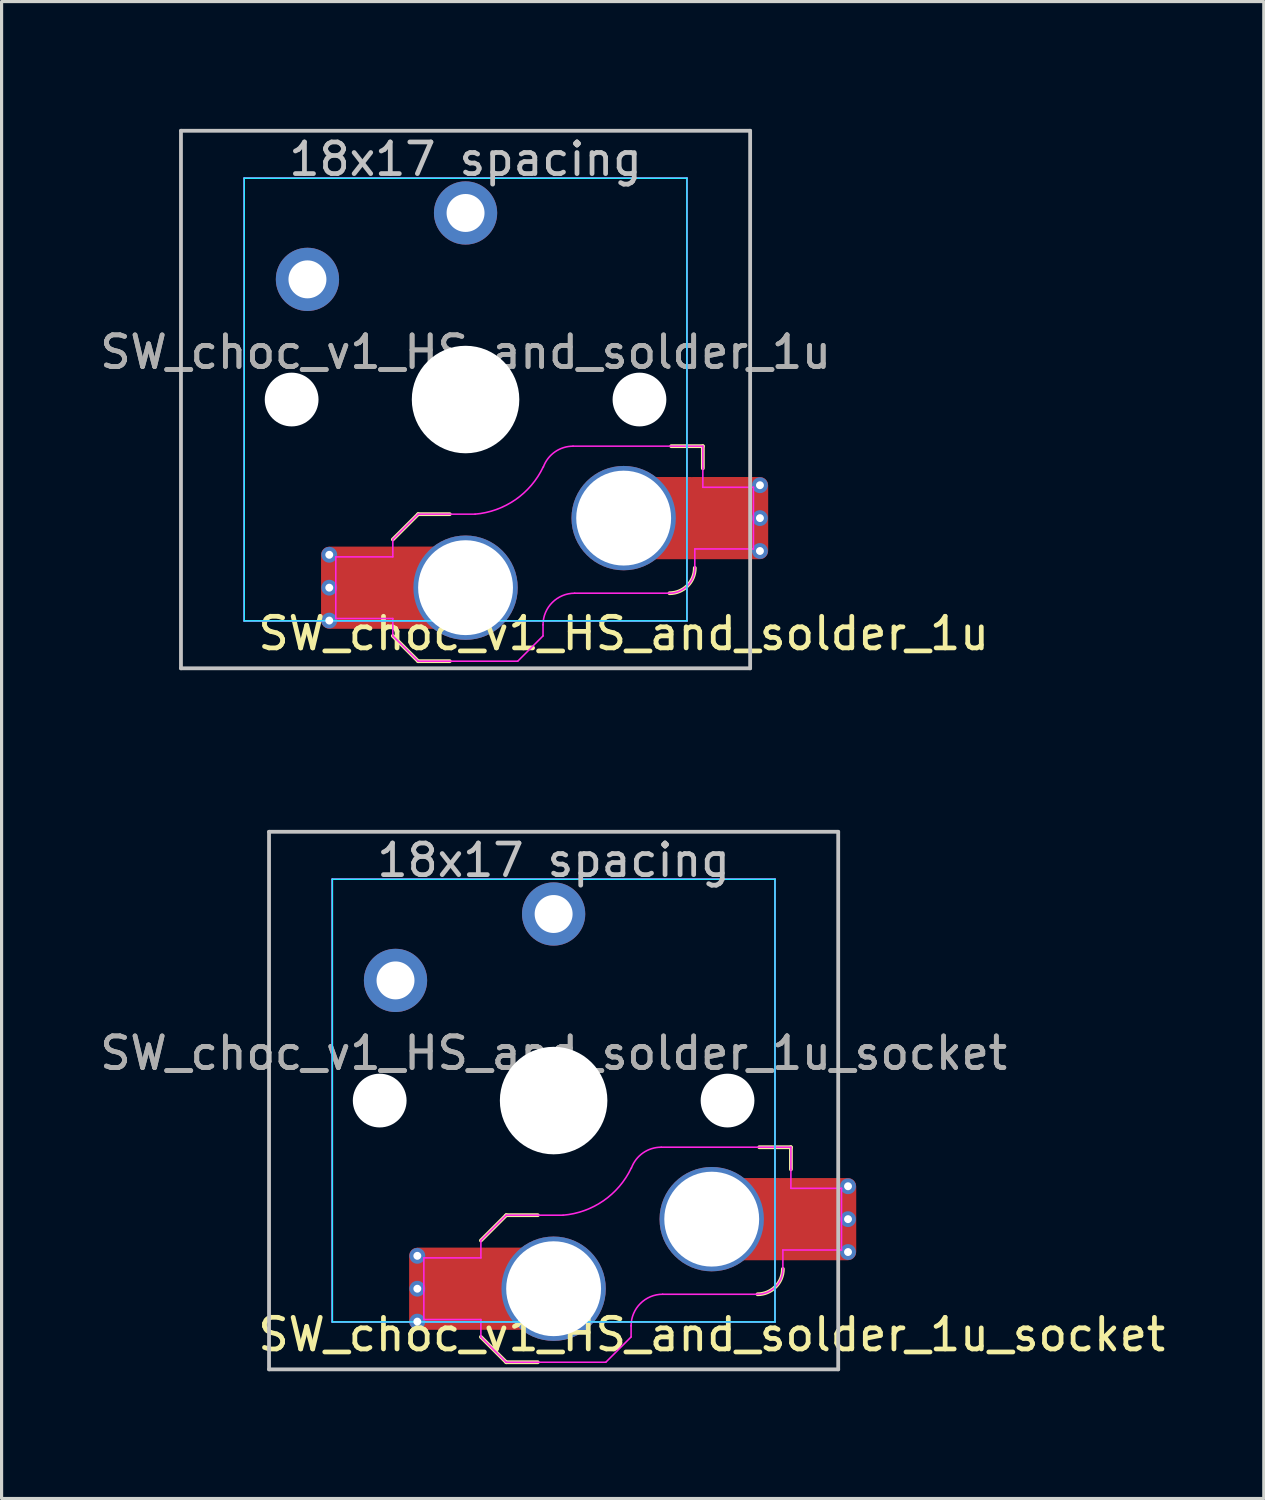
<source format=kicad_pcb>
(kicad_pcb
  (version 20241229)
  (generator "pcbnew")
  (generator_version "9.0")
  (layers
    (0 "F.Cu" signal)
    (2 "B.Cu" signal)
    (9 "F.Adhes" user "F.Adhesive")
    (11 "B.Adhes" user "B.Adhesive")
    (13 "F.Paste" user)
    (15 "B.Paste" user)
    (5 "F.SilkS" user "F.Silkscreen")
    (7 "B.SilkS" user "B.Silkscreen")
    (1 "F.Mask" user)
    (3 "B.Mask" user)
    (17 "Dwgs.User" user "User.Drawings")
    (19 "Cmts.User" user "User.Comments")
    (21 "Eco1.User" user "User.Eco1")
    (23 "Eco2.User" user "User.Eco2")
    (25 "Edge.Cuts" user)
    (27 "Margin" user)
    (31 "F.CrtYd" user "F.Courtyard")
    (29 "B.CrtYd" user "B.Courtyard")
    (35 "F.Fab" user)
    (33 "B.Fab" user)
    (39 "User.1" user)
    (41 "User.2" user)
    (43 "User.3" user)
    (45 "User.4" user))
  (footprint "SW_choc_v1_HS_and_solder_1u_socket"
    (layer "F.Cu")
    (at 14.458 31.755)
    (property "Reference" "SW_choc_v1_HS_and_solder_1u_socket" (at 5 7.4 180) (layer "F.SilkS") (effects (font (size 1 1) (thickness 0.15))))
    (attr smd)
    (fp_line (start -2.3 7.475) (end -1.5 8.275) (stroke (width 0.12) (type solid)) (layer "F.SilkS"))
    (fp_line (start -1.5 3.625) (end -2.3 4.425) (stroke (width 0.12) (type solid)) (layer "F.SilkS"))
    (fp_line (start -1.5 3.625) (end -0.5 3.625) (stroke (width 0.12) (type solid)) (layer "F.SilkS"))
    (fp_line (start -1.5 8.275) (end -0.5 8.275) (stroke (width 0.12) (type solid)) (layer "F.SilkS"))
    (fp_line (start 7.504 1.475) (end 6.504 1.475) (stroke (width 0.12) (type solid)) (layer "F.SilkS"))
    (fp_line (start 7.504 1.475) (end 7.504 2.175) (stroke (width 0.12) (type solid)) (layer "F.SilkS"))
    (fp_arc (start 7.25 5.325) (mid 7.015685 5.890685) (end 6.45 6.125) (stroke (width 0.12) (type solid)) (layer "F.SilkS"))
    (fp_line (start -9 -8.5) (end 9 -8.5) (stroke (width 0.12) (type solid)) (layer "Dwgs.User"))
    (fp_line (start -9 8.5) (end -9 -8.5) (stroke (width 0.12) (type solid)) (layer "Dwgs.User"))
    (fp_line (start 9 -8.5) (end 9 8.5) (stroke (width 0.12) (type solid)) (layer "Dwgs.User"))
    (fp_line (start 9 8.5) (end -9 8.5) (stroke (width 0.12) (type solid)) (layer "Dwgs.User"))
    (fp_line (start -9.525 -9.525) (end -9.525 9.525) (stroke (width 0.12) (type solid)) (layer "Eco1.User"))
    (fp_line (start -9.525 9.525) (end 9.525 9.525) (stroke (width 0.12) (type solid)) (layer "Eco1.User"))
    (fp_line (start 9.525 -9.525) (end -9.525 -9.525) (stroke (width 0.12) (type solid)) (layer "Eco1.User"))
    (fp_line (start 9.525 9.525) (end 9.525 -9.525) (stroke (width 0.12) (type solid)) (layer "Eco1.User"))
    (fp_line (start -6.95 -6.45) (end -6.95 6.45) (stroke (width 0.05) (type solid)) (layer "Eco2.User"))
    (fp_line (start -6.95 6.45) (end -6.95 -6.45) (stroke (width 0.05) (type solid)) (layer "Eco2.User"))
    (fp_line (start -6.95 6.45) (end -6.95 -6.45) (stroke (width 0.05) (type solid)) (layer "Eco2.User"))
    (fp_line (start -6.45 -6.95) (end 6.45 -6.95) (stroke (width 0.05) (type solid)) (layer "Eco2.User"))
    (fp_line (start -6.45 -6.95) (end 6.45 -6.95) (stroke (width 0.05) (type solid)) (layer "Eco2.User"))
    (fp_line (start -6.45 6.95) (end 6.45 6.95) (stroke (width 0.05) (type solid)) (layer "Eco2.User"))
    (fp_line (start 6.45 -6.95) (end -6.45 -6.95) (stroke (width 0.05) (type solid)) (layer "Eco2.User"))
    (fp_line (start 6.45 6.95) (end -6.45 6.95) (stroke (width 0.05) (type solid)) (layer "Eco2.User"))
    (fp_line (start 6.45 6.95) (end -6.45 6.95) (stroke (width 0.05) (type solid)) (layer "Eco2.User"))
    (fp_line (start 6.95 -6.45) (end 6.95 6.45) (stroke (width 0.05) (type solid)) (layer "Eco2.User"))
    (fp_line (start 6.95 -6.45) (end 6.95 6.45) (stroke (width 0.05) (type solid)) (layer "Eco2.User"))
    (fp_line (start 6.95 6.45) (end 6.95 -6.45) (stroke (width 0.05) (type solid)) (layer "Eco2.User"))
    (fp_arc (start -6.95 -6.45) (mid -6.803553 -6.803553) (end -6.45 -6.95) (stroke (width 0.05) (type solid)) (layer "Eco2.User"))
    (fp_arc (start -6.95 -6.45) (mid -6.803553 -6.803553) (end -6.45 -6.95) (stroke (width 0.05) (type solid)) (layer "Eco2.User"))
    (fp_arc (start -6.95 -6.45) (mid -6.803553 -6.803553) (end -6.45 -6.95) (stroke (width 0.05) (type solid)) (layer "Eco2.User"))
    (fp_arc (start -6.95 -6.45) (mid -6.803553 -6.803553) (end -6.45 -6.95) (stroke (width 0.05) (type solid)) (layer "Eco2.User"))
    (fp_arc (start -6.95 -6.45) (mid -6.803553 -6.803553) (end -6.45 -6.95) (stroke (width 0.05) (type solid)) (layer "Eco2.User"))
    (fp_arc (start -6.95 -6.45) (mid -6.803553 -6.803553) (end -6.45 -6.95) (stroke (width 0.05) (type solid)) (layer "Eco2.User"))
    (fp_arc (start -6.45 6.95) (mid -6.803553 6.803553) (end -6.95 6.45) (stroke (width 0.05) (type solid)) (layer "Eco2.User"))
    (fp_arc (start -6.45 6.95) (mid -6.803553 6.803553) (end -6.95 6.45) (stroke (width 0.05) (type solid)) (layer "Eco2.User"))
    (fp_arc (start -6.45 6.95) (mid -6.803553 6.803553) (end -6.95 6.45) (stroke (width 0.05) (type solid)) (layer "Eco2.User"))
    (fp_arc (start 6.45 -6.95) (mid 6.803553 -6.803553) (end 6.95 -6.45) (stroke (width 0.05) (type solid)) (layer "Eco2.User"))
    (fp_arc (start 6.95 6.45) (mid 6.803553 6.803553) (end 6.45 6.95) (stroke (width 0.05) (type solid)) (layer "Eco2.User"))
    (fp_arc (start 6.95 6.45) (mid 6.803553 6.803553) (end 6.45 6.95) (stroke (width 0.05) (type solid)) (layer "Eco2.User"))
    (fp_arc (start 6.95 6.45) (mid 6.803553 6.803553) (end 6.45 6.95) (stroke (width 0.05) (type solid)) (layer "Eco2.User"))
    (fp_line (start -7 -7) (end -7 7) (stroke (width 0.05) (type solid)) (layer "B.CrtYd"))
    (fp_line (start -7 7) (end 7 7) (stroke (width 0.05) (type solid)) (layer "B.CrtYd"))
    (fp_line (start 7 -7) (end -7 -7) (stroke (width 0.05) (type solid)) (layer "B.CrtYd"))
    (fp_line (start 7 7) (end 7 -7) (stroke (width 0.05) (type solid)) (layer "B.CrtYd"))
    (fp_line (start -7 -7) (end 7 -7) (stroke (width 0.05) (type solid)) (layer "F.CrtYd"))
    (fp_line (start -7 -7) (end 7 -7) (stroke (width 0.05) (type solid)) (layer "F.CrtYd"))
    (fp_line (start -7 7) (end -7 -7) (stroke (width 0.05) (type solid)) (layer "F.CrtYd"))
    (fp_line (start -7 7) (end -7 -7) (stroke (width 0.05) (type solid)) (layer "F.CrtYd"))
    (fp_line (start -4.104 4.975) (end -4.104 6.925) (stroke (width 0.05) (type solid)) (layer "F.CrtYd"))
    (fp_line (start -4.104 4.975) (end -2.3 4.975) (stroke (width 0.05) (type solid)) (layer "F.CrtYd"))
    (fp_line (start -4.104 6.925) (end -2.3 6.925) (stroke (width 0.05) (type solid)) (layer "F.CrtYd"))
    (fp_line (start -2.3 4.975) (end -2.3 4.425) (stroke (width 0.05) (type solid)) (layer "F.CrtYd"))
    (fp_line (start -2.3 7.475) (end -2.3 6.925) (stroke (width 0.05) (type solid)) (layer "F.CrtYd"))
    (fp_line (start -2.3 7.475) (end -1.5 8.275) (stroke (width 0.05) (type solid)) (layer "F.CrtYd"))
    (fp_line (start -1.5 3.625) (end -2.3 4.425) (stroke (width 0.05) (type solid)) (layer "F.CrtYd"))
    (fp_line (start -1.5 3.625) (end 0.3 3.625) (stroke (width 0.05) (type solid)) (layer "F.CrtYd"))
    (fp_line (start -1.5 8.275) (end 1.65 8.275) (stroke (width 0.05) (type solid)) (layer "F.CrtYd"))
    (fp_line (start 2.45 7.475) (end 1.65 8.275) (stroke (width 0.05) (type solid)) (layer "F.CrtYd"))
    (fp_line (start 2.45 7.475) (end 2.45 7.125) (stroke (width 0.05) (type solid)) (layer "F.CrtYd"))
    (fp_line (start 3.45 6.125) (end 6.45 6.125) (stroke (width 0.05) (type solid)) (layer "F.CrtYd"))
    (fp_line (start 7 -7) (end 7 7) (stroke (width 0.05) (type solid)) (layer "F.CrtYd"))
    (fp_line (start 7 -7) (end 7 7) (stroke (width 0.05) (type solid)) (layer "F.CrtYd"))
    (fp_line (start 7 7) (end -7 7) (stroke (width 0.05) (type solid)) (layer "F.CrtYd"))
    (fp_line (start 7 7) (end -7 7) (stroke (width 0.05) (type solid)) (layer "F.CrtYd"))
    (fp_line (start 7.25 4.725) (end 9.104 4.725) (stroke (width 0.05) (type solid)) (layer "F.CrtYd"))
    (fp_line (start 7.25 5.325) (end 7.25 4.725) (stroke (width 0.05) (type solid)) (layer "F.CrtYd"))
    (fp_line (start 7.504 1.475) (end 3.4 1.475) (stroke (width 0.05) (type solid)) (layer "F.CrtYd"))
    (fp_line (start 7.504 1.475) (end 7.504 2.175) (stroke (width 0.05) (type solid)) (layer "F.CrtYd"))
    (fp_line (start 7.504 2.175) (end 7.504 2.775) (stroke (width 0.05) (type solid)) (layer "F.CrtYd"))
    (fp_line (start 9.104 2.775) (end 7.504 2.775) (stroke (width 0.05) (type solid)) (layer "F.CrtYd"))
    (fp_line (start 9.104 4.725) (end 9.104 2.775) (stroke (width 0.05) (type solid)) (layer "F.CrtYd"))
    (fp_arc (start 2.45 7.125) (mid 2.742893 6.417893) (end 3.45 6.125) (stroke (width 0.05) (type solid)) (layer "F.CrtYd"))
    (fp_arc (start 2.455444 2.13293) (mid 1.577272 3.167235) (end 0.299999 3.624999) (stroke (width 0.05) (type solid)) (layer "F.CrtYd"))
    (fp_arc (start 2.460307 2.13298) (mid 2.826423 1.655848) (end 3.4 1.475) (stroke (width 0.05) (type solid)) (layer "F.CrtYd"))
    (fp_arc (start 7.25 5.325) (mid 7.015685 5.890685) (end 6.45 6.125) (stroke (width 0.05) (type solid)) (layer "F.CrtYd"))
    (fp_text user "18x17 spacing" (at 0 -7.6 180) (layer "Dwgs.User") (effects (font (size 1 1) (thickness 0.15))))
    (fp_text user "19.05 spacing" (at 0 -8.7 180) (layer "Eco1.User") (effects (font (size 1 1) (thickness 0.15))))
    (fp_text user "${REFERENCE}" (at 0 -1.5 180) (layer "F.Fab") (effects (font (size 1 1) (thickness 0.15))))
    (fp_text user "${REFERENCE}" (at 0 -1.5 180) (layer "F.Fab") (effects (font (size 1 1) (thickness 0.15))))
    (pad "" np_thru_hole circle (at -5.5 0) (size 1.7 1.7) (drill 1.7) (layers "*.Cu" "*.Mask"))
    (pad "" np_thru_hole circle (at 0 0) (size 3.4 3.4) (drill 3.4) (layers "*.Cu" "*.Mask"))
    (pad "" np_thru_hole circle (at 5.5 0) (size 1.7 1.7) (drill 1.7) (layers "*.Cu" "*.Mask"))
    (pad "1" thru_hole circle (at -5 -3.8) (size 2 2) (drill 1.2) (layers "*.Cu" "F.Mask"))
    (pad "1" thru_hole circle (at 5 3.75) (size 3.3 3.3) (drill 3) (layers "*.Cu"))
    (pad "1" smd rect (at 6.55 3.75) (size 1.2 2.6) (layers "F.Cu"))
    (pad "1" smd roundrect (at 8.245 3.75) (size 2.65 2.6) (layers "F.Cu" "F.Mask" "F.Paste") (roundrect_rratio 0.1))
    (pad "1" thru_hole circle (at 9.31 2.71) (size 0.5 0.5) (drill 0.25) (layers "*.Cu"))
    (pad "1" thru_hole circle (at 9.31 3.75) (size 0.5 0.5) (drill 0.25) (layers "*.Cu"))
    (pad "1" thru_hole circle (at 9.31 4.79) (size 0.5 0.5) (drill 0.25) (layers "*.Cu"))
    (pad "2" thru_hole circle (at -4.31 4.91) (size 0.5 0.5) (drill 0.25) (layers "*.Cu"))
    (pad "2" thru_hole circle (at -4.31 5.95) (size 0.5 0.5) (drill 0.25) (layers "*.Cu"))
    (pad "2" thru_hole circle (at -4.31 6.99) (size 0.5 0.5) (drill 0.25) (layers "*.Cu"))
    (pad "2" smd roundrect (at -3.245 5.95) (size 2.65 2.6) (layers "F.Cu" "F.Mask" "F.Paste") (roundrect_rratio 0.1))
    (pad "2" smd rect (at -1.55 5.95 180) (size 1.2 2.6) (layers "F.Cu"))
    (pad "2" thru_hole circle (at 0 -5.9) (size 2 2) (drill 1.2) (layers "*.Cu" "F.Mask"))
    (pad "2" thru_hole circle (at 0 5.95) (size 3.3 3.3) (drill 3) (layers "*.Cu")))
  (footprint "SW_choc_v1_HS_and_solder_1u"
    (layer "F.Cu")
    (at 11.673 9.585)
    (property "Reference" "SW_choc_v1_HS_and_solder_1u" (at 5 7.4 180) (layer "F.SilkS") (effects (font (size 1 1) (thickness 0.15))))
    (attr smd)
    (fp_line (start -2.3 7.475) (end -1.5 8.275) (stroke (width 0.12) (type solid)) (layer "F.SilkS"))
    (fp_line (start -1.5 3.625) (end -2.3 4.425) (stroke (width 0.12) (type solid)) (layer "F.SilkS"))
    (fp_line (start -1.5 3.625) (end -0.5 3.625) (stroke (width 0.12) (type solid)) (layer "F.SilkS"))
    (fp_line (start -1.5 8.275) (end -0.5 8.275) (stroke (width 0.12) (type solid)) (layer "F.SilkS"))
    (fp_line (start 7.504 1.475) (end 6.504 1.475) (stroke (width 0.12) (type solid)) (layer "F.SilkS"))
    (fp_line (start 7.504 1.475) (end 7.504 2.175) (stroke (width 0.12) (type solid)) (layer "F.SilkS"))
    (fp_arc (start 7.25 5.325) (mid 7.015685 5.890685) (end 6.45 6.125) (stroke (width 0.12) (type solid)) (layer "F.SilkS"))
    (fp_line (start -9 -8.5) (end 9 -8.5) (stroke (width 0.12) (type solid)) (layer "Dwgs.User"))
    (fp_line (start -9 8.5) (end -9 -8.5) (stroke (width 0.12) (type solid)) (layer "Dwgs.User"))
    (fp_line (start 9 -8.5) (end 9 8.5) (stroke (width 0.12) (type solid)) (layer "Dwgs.User"))
    (fp_line (start 9 8.5) (end -9 8.5) (stroke (width 0.12) (type solid)) (layer "Dwgs.User"))
    (fp_line (start -9.525 -9.525) (end -9.525 9.525) (stroke (width 0.12) (type solid)) (layer "Eco1.User"))
    (fp_line (start -9.525 9.525) (end 9.525 9.525) (stroke (width 0.12) (type solid)) (layer "Eco1.User"))
    (fp_line (start 9.525 -9.525) (end -9.525 -9.525) (stroke (width 0.12) (type solid)) (layer "Eco1.User"))
    (fp_line (start 9.525 9.525) (end 9.525 -9.525) (stroke (width 0.12) (type solid)) (layer "Eco1.User"))
    (fp_line (start -6.95 -6.45) (end -6.95 6.45) (stroke (width 0.05) (type solid)) (layer "Eco2.User"))
    (fp_line (start -6.95 6.45) (end -6.95 -6.45) (stroke (width 0.05) (type solid)) (layer "Eco2.User"))
    (fp_line (start -6.95 6.45) (end -6.95 -6.45) (stroke (width 0.05) (type solid)) (layer "Eco2.User"))
    (fp_line (start -6.45 -6.95) (end 6.45 -6.95) (stroke (width 0.05) (type solid)) (layer "Eco2.User"))
    (fp_line (start -6.45 -6.95) (end 6.45 -6.95) (stroke (width 0.05) (type solid)) (layer "Eco2.User"))
    (fp_line (start -6.45 6.95) (end 6.45 6.95) (stroke (width 0.05) (type solid)) (layer "Eco2.User"))
    (fp_line (start 6.45 -6.95) (end -6.45 -6.95) (stroke (width 0.05) (type solid)) (layer "Eco2.User"))
    (fp_line (start 6.45 6.95) (end -6.45 6.95) (stroke (width 0.05) (type solid)) (layer "Eco2.User"))
    (fp_line (start 6.45 6.95) (end -6.45 6.95) (stroke (width 0.05) (type solid)) (layer "Eco2.User"))
    (fp_line (start 6.95 -6.45) (end 6.95 6.45) (stroke (width 0.05) (type solid)) (layer "Eco2.User"))
    (fp_line (start 6.95 -6.45) (end 6.95 6.45) (stroke (width 0.05) (type solid)) (layer "Eco2.User"))
    (fp_line (start 6.95 6.45) (end 6.95 -6.45) (stroke (width 0.05) (type solid)) (layer "Eco2.User"))
    (fp_arc (start -6.95 -6.45) (mid -6.803553 -6.803553) (end -6.45 -6.95) (stroke (width 0.05) (type solid)) (layer "Eco2.User"))
    (fp_arc (start -6.95 -6.45) (mid -6.803553 -6.803553) (end -6.45 -6.95) (stroke (width 0.05) (type solid)) (layer "Eco2.User"))
    (fp_arc (start -6.95 -6.45) (mid -6.803553 -6.803553) (end -6.45 -6.95) (stroke (width 0.05) (type solid)) (layer "Eco2.User"))
    (fp_arc (start -6.95 -6.45) (mid -6.803553 -6.803553) (end -6.45 -6.95) (stroke (width 0.05) (type solid)) (layer "Eco2.User"))
    (fp_arc (start -6.95 -6.45) (mid -6.803553 -6.803553) (end -6.45 -6.95) (stroke (width 0.05) (type solid)) (layer "Eco2.User"))
    (fp_arc (start -6.95 -6.45) (mid -6.803553 -6.803553) (end -6.45 -6.95) (stroke (width 0.05) (type solid)) (layer "Eco2.User"))
    (fp_arc (start -6.45 6.95) (mid -6.803553 6.803553) (end -6.95 6.45) (stroke (width 0.05) (type solid)) (layer "Eco2.User"))
    (fp_arc (start -6.45 6.95) (mid -6.803553 6.803553) (end -6.95 6.45) (stroke (width 0.05) (type solid)) (layer "Eco2.User"))
    (fp_arc (start -6.45 6.95) (mid -6.803553 6.803553) (end -6.95 6.45) (stroke (width 0.05) (type solid)) (layer "Eco2.User"))
    (fp_arc (start 6.45 -6.95) (mid 6.803553 -6.803553) (end 6.95 -6.45) (stroke (width 0.05) (type solid)) (layer "Eco2.User"))
    (fp_arc (start 6.95 6.45) (mid 6.803553 6.803553) (end 6.45 6.95) (stroke (width 0.05) (type solid)) (layer "Eco2.User"))
    (fp_arc (start 6.95 6.45) (mid 6.803553 6.803553) (end 6.45 6.95) (stroke (width 0.05) (type solid)) (layer "Eco2.User"))
    (fp_arc (start 6.95 6.45) (mid 6.803553 6.803553) (end 6.45 6.95) (stroke (width 0.05) (type solid)) (layer "Eco2.User"))
    (fp_line (start -7 -7) (end -7 7) (stroke (width 0.05) (type solid)) (layer "B.CrtYd"))
    (fp_line (start -7 7) (end 7 7) (stroke (width 0.05) (type solid)) (layer "B.CrtYd"))
    (fp_line (start 7 -7) (end -7 -7) (stroke (width 0.05) (type solid)) (layer "B.CrtYd"))
    (fp_line (start 7 7) (end 7 -7) (stroke (width 0.05) (type solid)) (layer "B.CrtYd"))
    (fp_line (start -7 -7) (end 7 -7) (stroke (width 0.05) (type solid)) (layer "F.CrtYd"))
    (fp_line (start -7 -7) (end 7 -7) (stroke (width 0.05) (type solid)) (layer "F.CrtYd"))
    (fp_line (start -7 7) (end -7 -7) (stroke (width 0.05) (type solid)) (layer "F.CrtYd"))
    (fp_line (start -7 7) (end -7 -7) (stroke (width 0.05) (type solid)) (layer "F.CrtYd"))
    (fp_line (start -4.104 4.975) (end -4.104 6.925) (stroke (width 0.05) (type solid)) (layer "F.CrtYd"))
    (fp_line (start -4.104 4.975) (end -2.3 4.975) (stroke (width 0.05) (type solid)) (layer "F.CrtYd"))
    (fp_line (start -4.104 6.925) (end -2.3 6.925) (stroke (width 0.05) (type solid)) (layer "F.CrtYd"))
    (fp_line (start -2.3 4.975) (end -2.3 4.425) (stroke (width 0.05) (type solid)) (layer "F.CrtYd"))
    (fp_line (start -2.3 7.475) (end -2.3 6.925) (stroke (width 0.05) (type solid)) (layer "F.CrtYd"))
    (fp_line (start -2.3 7.475) (end -1.5 8.275) (stroke (width 0.05) (type solid)) (layer "F.CrtYd"))
    (fp_line (start -1.5 3.625) (end -2.3 4.425) (stroke (width 0.05) (type solid)) (layer "F.CrtYd"))
    (fp_line (start -1.5 3.625) (end 0.3 3.625) (stroke (width 0.05) (type solid)) (layer "F.CrtYd"))
    (fp_line (start -1.5 8.275) (end 1.65 8.275) (stroke (width 0.05) (type solid)) (layer "F.CrtYd"))
    (fp_line (start 2.45 7.475) (end 1.65 8.275) (stroke (width 0.05) (type solid)) (layer "F.CrtYd"))
    (fp_line (start 2.45 7.475) (end 2.45 7.125) (stroke (width 0.05) (type solid)) (layer "F.CrtYd"))
    (fp_line (start 3.45 6.125) (end 6.45 6.125) (stroke (width 0.05) (type solid)) (layer "F.CrtYd"))
    (fp_line (start 7 -7) (end 7 7) (stroke (width 0.05) (type solid)) (layer "F.CrtYd"))
    (fp_line (start 7 -7) (end 7 7) (stroke (width 0.05) (type solid)) (layer "F.CrtYd"))
    (fp_line (start 7 7) (end -7 7) (stroke (width 0.05) (type solid)) (layer "F.CrtYd"))
    (fp_line (start 7 7) (end -7 7) (stroke (width 0.05) (type solid)) (layer "F.CrtYd"))
    (fp_line (start 7.25 4.725) (end 9.104 4.725) (stroke (width 0.05) (type solid)) (layer "F.CrtYd"))
    (fp_line (start 7.25 5.325) (end 7.25 4.725) (stroke (width 0.05) (type solid)) (layer "F.CrtYd"))
    (fp_line (start 7.504 1.475) (end 3.4 1.475) (stroke (width 0.05) (type solid)) (layer "F.CrtYd"))
    (fp_line (start 7.504 1.475) (end 7.504 2.175) (stroke (width 0.05) (type solid)) (layer "F.CrtYd"))
    (fp_line (start 7.504 2.175) (end 7.504 2.775) (stroke (width 0.05) (type solid)) (layer "F.CrtYd"))
    (fp_line (start 9.104 2.775) (end 7.504 2.775) (stroke (width 0.05) (type solid)) (layer "F.CrtYd"))
    (fp_line (start 9.104 4.725) (end 9.104 2.775) (stroke (width 0.05) (type solid)) (layer "F.CrtYd"))
    (fp_arc (start 2.45 7.125) (mid 2.742893 6.417893) (end 3.45 6.125) (stroke (width 0.05) (type solid)) (layer "F.CrtYd"))
    (fp_arc (start 2.455444 2.13293) (mid 1.577272 3.167235) (end 0.299999 3.624999) (stroke (width 0.05) (type solid)) (layer "F.CrtYd"))
    (fp_arc (start 2.460307 2.13298) (mid 2.826423 1.655848) (end 3.4 1.475) (stroke (width 0.05) (type solid)) (layer "F.CrtYd"))
    (fp_arc (start 7.25 5.325) (mid 7.015685 5.890685) (end 6.45 6.125) (stroke (width 0.05) (type solid)) (layer "F.CrtYd"))
    (fp_text user "18x17 spacing" (at 0 -7.6 180) (layer "Dwgs.User") (effects (font (size 1 1) (thickness 0.15))))
    (fp_text user "19.05 spacing" (at 0 -8.7 180) (layer "Eco1.User") (effects (font (size 1 1) (thickness 0.15))))
    (fp_text user "${REFERENCE}" (at 0 -1.5 180) (layer "F.Fab") (effects (font (size 1 1) (thickness 0.15))))
    (fp_text user "${REFERENCE}" (at 0 -1.5 180) (layer "F.Fab") (effects (font (size 1 1) (thickness 0.15))))
    (pad "" np_thru_hole circle (at -5.5 0) (size 1.7 1.7) (drill 1.7) (layers "*.Cu" "*.Mask"))
    (pad "" np_thru_hole circle (at 0 0) (size 3.4 3.4) (drill 3.4) (layers "*.Cu" "*.Mask"))
    (pad "" np_thru_hole circle (at 5.5 0) (size 1.7 1.7) (drill 1.7) (layers "*.Cu" "*.Mask"))
    (pad "1" thru_hole circle (at -5 -3.8) (size 2 2) (drill 1.2) (layers "*.Cu" "F.Mask"))
    (pad "1" thru_hole circle (at 5 3.75) (size 3.3 3.3) (drill 3) (layers "*.Cu"))
    (pad "1" smd rect (at 6.55 3.75) (size 1.2 2.6) (layers "F.Cu"))
    (pad "1" smd roundrect (at 8.245 3.75) (size 2.65 2.6) (layers "F.Cu" "F.Mask" "F.Paste") (roundrect_rratio 0.1))
    (pad "1" thru_hole circle (at 9.31 2.71) (size 0.5 0.5) (drill 0.25) (layers "*.Cu"))
    (pad "1" thru_hole circle (at 9.31 3.75) (size 0.5 0.5) (drill 0.25) (layers "*.Cu"))
    (pad "1" thru_hole circle (at 9.31 4.79) (size 0.5 0.5) (drill 0.25) (layers "*.Cu"))
    (pad "2" thru_hole circle (at -4.31 4.91) (size 0.5 0.5) (drill 0.25) (layers "*.Cu"))
    (pad "2" thru_hole circle (at -4.31 5.95) (size 0.5 0.5) (drill 0.25) (layers "*.Cu"))
    (pad "2" thru_hole circle (at -4.31 6.99) (size 0.5 0.5) (drill 0.25) (layers "*.Cu"))
    (pad "2" smd roundrect (at -3.245 5.95) (size 2.65 2.6) (layers "F.Cu" "F.Mask" "F.Paste") (roundrect_rratio 0.1))
    (pad "2" smd rect (at -1.55 5.95 180) (size 1.2 2.6) (layers "F.Cu"))
    (pad "2" thru_hole circle (at 0 -5.9) (size 2 2) (drill 1.2) (layers "*.Cu" "F.Mask"))
    (pad "2" thru_hole circle (at 0 5.95) (size 3.3 3.3) (drill 3) (layers "*.Cu")))
  (gr_rect
    (start -3 -3)
    (end 36.917 44.34)
    (stroke (width 0.1) (type default))
    (fill no)
    (layer "Edge.Cuts")))
</source>
